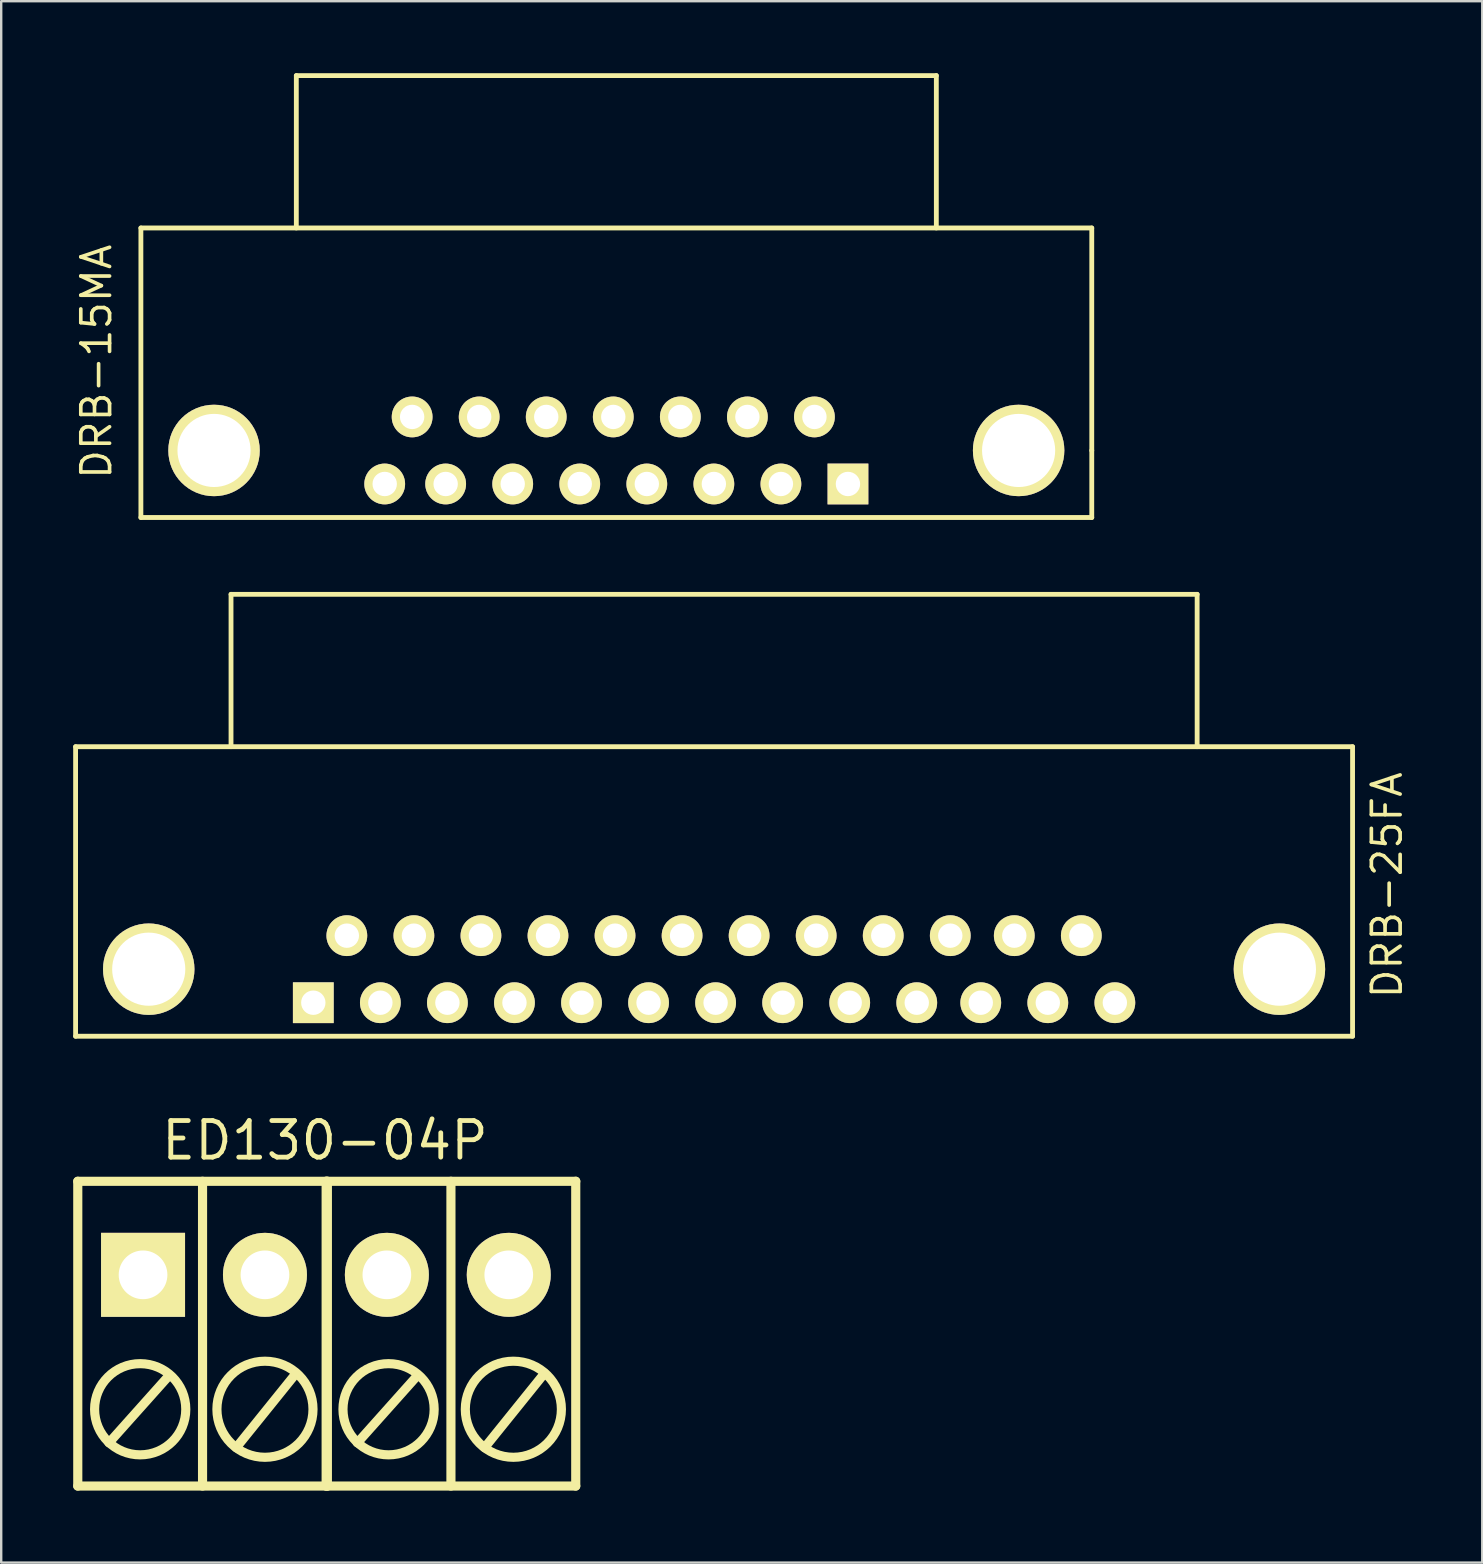
<source format=kicad_pcb>
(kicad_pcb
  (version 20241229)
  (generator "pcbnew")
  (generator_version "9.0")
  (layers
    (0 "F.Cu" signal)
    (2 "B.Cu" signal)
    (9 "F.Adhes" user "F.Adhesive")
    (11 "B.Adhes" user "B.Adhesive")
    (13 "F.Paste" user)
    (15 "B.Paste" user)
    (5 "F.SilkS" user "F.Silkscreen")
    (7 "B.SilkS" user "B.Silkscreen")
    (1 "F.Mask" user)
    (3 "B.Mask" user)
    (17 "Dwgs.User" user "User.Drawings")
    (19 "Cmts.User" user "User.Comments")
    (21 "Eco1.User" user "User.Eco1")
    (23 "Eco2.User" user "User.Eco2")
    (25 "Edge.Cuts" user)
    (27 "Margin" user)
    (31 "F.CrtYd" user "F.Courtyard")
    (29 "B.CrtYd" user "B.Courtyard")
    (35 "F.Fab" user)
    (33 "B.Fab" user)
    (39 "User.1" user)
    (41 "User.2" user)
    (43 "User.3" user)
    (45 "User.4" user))
  (footprint "ED130-04P"
    (layer "F.Cu")
    (at 7.991 50.074)
    (property "Reference" "ED130-04P" (at 2.5 -5.6 0) (layer "F.SilkS") (effects (font (size 1.524 1.524) (thickness 0.2))))
    (attr through_hole)
    (fp_line (start -7.8 -3.899) (end 2.601 -3.899) (stroke (width 0.381) (type solid)) (layer "F.SilkS"))
    (fp_line (start -7.8 8.801) (end -7.8 -3.899) (stroke (width 0.381) (type solid)) (layer "F.SilkS"))
    (fp_line (start -6.5 7) (end -4 4.201) (stroke (width 0.381) (type solid)) (layer "F.SilkS"))
    (fp_line (start -2.601 -3.899) (end -2.601 8.801) (stroke (width 0.381) (type solid)) (layer "F.SilkS"))
    (fp_line (start -1.199 7.201) (end 1.3 4.1) (stroke (width 0.381) (type solid)) (layer "F.SilkS"))
    (fp_line (start 2.55 -3.899) (end 12.951 -3.899) (stroke (width 0.381) (type solid)) (layer "F.SilkS"))
    (fp_line (start 2.55 8.801) (end 2.55 -3.899) (stroke (width 0.381) (type solid)) (layer "F.SilkS"))
    (fp_line (start 2.601 -3.899) (end 2.601 8.801) (stroke (width 0.381) (type solid)) (layer "F.SilkS"))
    (fp_line (start 2.601 8.801) (end -7.8 8.801) (stroke (width 0.381) (type solid)) (layer "F.SilkS"))
    (fp_line (start 3.851 7) (end 6.35 4.201) (stroke (width 0.381) (type solid)) (layer "F.SilkS"))
    (fp_line (start 7.75 -3.899) (end 7.75 8.801) (stroke (width 0.381) (type solid)) (layer "F.SilkS"))
    (fp_line (start 9.152 7.201) (end 11.651 4.1) (stroke (width 0.381) (type solid)) (layer "F.SilkS"))
    (fp_line (start 12.951 -3.899) (end 12.951 8.801) (stroke (width 0.381) (type solid)) (layer "F.SilkS"))
    (fp_line (start 12.951 8.801) (end 2.55 8.801) (stroke (width 0.381) (type solid)) (layer "F.SilkS"))
    (fp_circle (center -5.199 5.601) (end -5.199 3.701) (stroke (width 0.381) (type solid)) (fill no) (layer "F.SilkS"))
    (fp_circle (center 0 5.601) (end 0 3.599) (stroke (width 0.381) (type solid)) (fill no) (layer "F.SilkS"))
    (fp_circle (center 5.151 5.601) (end 5.151 3.701) (stroke (width 0.381) (type solid)) (fill no) (layer "F.SilkS"))
    (fp_circle (center 10.351 5.601) (end 10.351 3.599) (stroke (width 0.381) (type solid)) (fill no) (layer "F.SilkS"))
    (pad "1" thru_hole rect (at -5.08 0) (size 3.5 3.5) (drill 2.029) (layers "*.Cu" "*.Mask" "F.SilkS"))
    (pad "2" thru_hole circle (at 0 0) (size 3.5 3.5) (drill 2.029) (layers "*.Cu" "*.Mask" "F.SilkS"))
    (pad "3" thru_hole circle (at 5.08 0) (size 3.5 3.5) (drill 2.029) (layers "*.Cu" "*.Mask" "F.SilkS"))
    (pad "4" thru_hole circle (at 10.16 0) (size 3.5 3.5) (drill 2.029) (layers "*.Cu" "*.Mask" "F.SilkS")))
  (footprint "DRB-25FA"
    (layer "F.Cu")
    (at 3.148 37.337)
    (property "Reference" "DRB-25FA" (at 51.6 -3.5 90) (layer "F.SilkS") (effects (font (size 1.199 1.199) (thickness 0.152))))
    (attr through_hole)
    (fp_line (start -3.048 -9.271) (end 50.165 -9.271) (stroke (width 0.201) (type solid)) (layer "F.SilkS"))
    (fp_line (start -3.048 2.794) (end -3.048 -9.271) (stroke (width 0.201) (type solid)) (layer "F.SilkS"))
    (fp_line (start -3.048 2.794) (end 50.165 2.794) (stroke (width 0.201) (type solid)) (layer "F.SilkS"))
    (fp_line (start 3.429 -15.621) (end 3.429 -9.271) (stroke (width 0.201) (type solid)) (layer "F.SilkS"))
    (fp_line (start 43.688 -15.621) (end 3.429 -15.621) (stroke (width 0.201) (type solid)) (layer "F.SilkS"))
    (fp_line (start 43.688 -9.271) (end 43.688 -15.621) (stroke (width 0.201) (type solid)) (layer "F.SilkS"))
    (fp_line (start 50.165 2.794) (end 50.165 -9.271) (stroke (width 0.201) (type solid)) (layer "F.SilkS"))
    (pad "" thru_hole circle (at 0 0) (size 3.81 3.81) (drill 3.048) (layers "*.Cu" "*.Mask" "F.SilkS"))
    (pad "" thru_hole circle (at 47.117 0) (size 3.81 3.81) (drill 3.048) (layers "*.Cu" "*.Mask" "F.SilkS"))
    (pad "1" thru_hole rect (at 6.858 1.397) (size 1.699 1.699) (drill 1.016) (layers "*.Cu" "*.Mask" "F.SilkS"))
    (pad "2" thru_hole circle (at 9.652 1.397) (size 1.699 1.699) (drill 1.016) (layers "*.Cu" "*.Mask" "F.SilkS"))
    (pad "3" thru_hole circle (at 12.446 1.397) (size 1.699 1.699) (drill 1.016) (layers "*.Cu" "*.Mask" "F.SilkS"))
    (pad "4" thru_hole circle (at 15.24 1.397) (size 1.699 1.699) (drill 1.016) (layers "*.Cu" "*.Mask" "F.SilkS"))
    (pad "5" thru_hole circle (at 18.034 1.397) (size 1.699 1.699) (drill 1.016) (layers "*.Cu" "*.Mask" "F.SilkS"))
    (pad "6" thru_hole circle (at 20.828 1.397) (size 1.699 1.699) (drill 1.016) (layers "*.Cu" "*.Mask" "F.SilkS"))
    (pad "7" thru_hole circle (at 23.622 1.397) (size 1.699 1.699) (drill 1.016) (layers "*.Cu" "*.Mask" "F.SilkS"))
    (pad "8" thru_hole circle (at 26.416 1.397) (size 1.699 1.699) (drill 1.016) (layers "*.Cu" "*.Mask" "F.SilkS"))
    (pad "9" thru_hole circle (at 29.21 1.397) (size 1.699 1.699) (drill 1.016) (layers "*.Cu" "*.Mask" "F.SilkS"))
    (pad "10" thru_hole circle (at 32.004 1.397) (size 1.699 1.699) (drill 1.016) (layers "*.Cu" "*.Mask" "F.SilkS"))
    (pad "11" thru_hole circle (at 34.671 1.397) (size 1.699 1.699) (drill 1.016) (layers "*.Cu" "*.Mask" "F.SilkS"))
    (pad "12" thru_hole circle (at 37.465 1.397) (size 1.699 1.699) (drill 1.016) (layers "*.Cu" "*.Mask" "F.SilkS"))
    (pad "13" thru_hole circle (at 40.259 1.397) (size 1.699 1.699) (drill 1.016) (layers "*.Cu" "*.Mask" "F.SilkS"))
    (pad "14" thru_hole circle (at 8.255 -1.397) (size 1.699 1.699) (drill 1.016) (layers "*.Cu" "*.Mask" "F.SilkS"))
    (pad "15" thru_hole circle (at 11.049 -1.397) (size 1.699 1.699) (drill 1.016) (layers "*.Cu" "*.Mask" "F.SilkS"))
    (pad "16" thru_hole circle (at 13.843 -1.397) (size 1.699 1.699) (drill 1.016) (layers "*.Cu" "*.Mask" "F.SilkS"))
    (pad "17" thru_hole circle (at 16.637 -1.397) (size 1.699 1.699) (drill 1.016) (layers "*.Cu" "*.Mask" "F.SilkS"))
    (pad "18" thru_hole circle (at 19.431 -1.397) (size 1.699 1.699) (drill 1.016) (layers "*.Cu" "*.Mask" "F.SilkS"))
    (pad "19" thru_hole circle (at 22.225 -1.397) (size 1.699 1.699) (drill 1.016) (layers "*.Cu" "*.Mask" "F.SilkS"))
    (pad "20" thru_hole circle (at 25.019 -1.397) (size 1.699 1.699) (drill 1.016) (layers "*.Cu" "*.Mask" "F.SilkS"))
    (pad "21" thru_hole circle (at 27.813 -1.397) (size 1.699 1.699) (drill 1.016) (layers "*.Cu" "*.Mask" "F.SilkS"))
    (pad "22" thru_hole circle (at 30.607 -1.397) (size 1.699 1.699) (drill 1.016) (layers "*.Cu" "*.Mask" "F.SilkS"))
    (pad "23" thru_hole circle (at 33.401 -1.397) (size 1.699 1.699) (drill 1.016) (layers "*.Cu" "*.Mask" "F.SilkS"))
    (pad "24" thru_hole circle (at 36.068 -1.397) (size 1.699 1.699) (drill 1.016) (layers "*.Cu" "*.Mask" "F.SilkS"))
    (pad "25" thru_hole circle (at 38.862 -1.397) (size 1.699 1.699) (drill 1.016) (layers "*.Cu" "*.Mask" "F.SilkS")))
  (footprint "DRB-15MA"
    (layer "F.Cu")
    (at 5.869 15.721)
    (property "Reference" "DRB-15MA" (at -4.9 -3.7 270) (layer "F.SilkS") (effects (font (size 1.199 1.199) (thickness 0.152))))
    (attr through_hole)
    (fp_line (start -3.048 -9.271) (end 36.576 -9.271) (stroke (width 0.201) (type solid)) (layer "F.SilkS"))
    (fp_line (start -3.048 2.794) (end -3.048 -9.271) (stroke (width 0.201) (type solid)) (layer "F.SilkS"))
    (fp_line (start -3.048 2.794) (end 36.576 2.794) (stroke (width 0.201) (type solid)) (layer "F.SilkS"))
    (fp_line (start 3.429 -15.621) (end 3.429 -9.271) (stroke (width 0.201) (type solid)) (layer "F.SilkS"))
    (fp_line (start 3.429 -15.621) (end 30.099 -15.621) (stroke (width 0.201) (type solid)) (layer "F.SilkS"))
    (fp_line (start 30.099 -9.271) (end 30.099 -15.621) (stroke (width 0.201) (type solid)) (layer "F.SilkS"))
    (fp_line (start 36.576 0) (end 36.576 -9.271) (stroke (width 0.201) (type solid)) (layer "F.SilkS"))
    (fp_line (start 36.576 0) (end 36.576 2.794) (stroke (width 0.201) (type solid)) (layer "F.SilkS"))
    (pad "" thru_hole circle (at 0 0) (size 3.81 3.81) (drill 3.048) (layers "*.Cu" "*.Mask" "F.SilkS"))
    (pad "" thru_hole circle (at 33.528 0) (size 3.81 3.81) (drill 3.048) (layers "*.Cu" "*.Mask" "F.SilkS"))
    (pad "1" thru_hole rect (at 26.416 1.397) (size 1.699 1.699) (drill 1.016) (layers "*.Cu" "*.Mask" "F.SilkS"))
    (pad "2" thru_hole circle (at 23.622 1.397) (size 1.699 1.699) (drill 1.016) (layers "*.Cu" "*.Mask" "F.SilkS"))
    (pad "3" thru_hole circle (at 20.828 1.397) (size 1.699 1.699) (drill 1.016) (layers "*.Cu" "*.Mask" "F.SilkS"))
    (pad "4" thru_hole circle (at 18.034 1.397) (size 1.699 1.699) (drill 1.016) (layers "*.Cu" "*.Mask" "F.SilkS"))
    (pad "5" thru_hole circle (at 15.24 1.397) (size 1.699 1.699) (drill 1.016) (layers "*.Cu" "*.Mask" "F.SilkS"))
    (pad "6" thru_hole circle (at 12.446 1.397) (size 1.699 1.699) (drill 1.016) (layers "*.Cu" "*.Mask" "F.SilkS"))
    (pad "7" thru_hole circle (at 9.652 1.397) (size 1.699 1.699) (drill 1.016) (layers "*.Cu" "*.Mask" "F.SilkS"))
    (pad "8" thru_hole circle (at 7.112 1.397) (size 1.699 1.699) (drill 1.016) (layers "*.Cu" "*.Mask" "F.SilkS"))
    (pad "9" thru_hole circle (at 25.019 -1.397) (size 1.699 1.699) (drill 1.016) (layers "*.Cu" "*.Mask" "F.SilkS"))
    (pad "10" thru_hole circle (at 22.225 -1.397) (size 1.699 1.699) (drill 1.016) (layers "*.Cu" "*.Mask" "F.SilkS"))
    (pad "11" thru_hole circle (at 19.431 -1.397) (size 1.699 1.699) (drill 1.016) (layers "*.Cu" "*.Mask" "F.SilkS"))
    (pad "12" thru_hole circle (at 16.637 -1.397) (size 1.699 1.699) (drill 1.016) (layers "*.Cu" "*.Mask" "F.SilkS"))
    (pad "13" thru_hole circle (at 13.843 -1.397) (size 1.699 1.699) (drill 1.016) (layers "*.Cu" "*.Mask" "F.SilkS"))
    (pad "14" thru_hole circle (at 11.049 -1.397) (size 1.699 1.699) (drill 1.016) (layers "*.Cu" "*.Mask" "F.SilkS"))
    (pad "15" thru_hole circle (at 8.255 -1.397) (size 1.699 1.699) (drill 1.016) (layers "*.Cu" "*.Mask" "F.SilkS")))
  (gr_rect
    (start -3 -3)
    (end 58.717 62.065)
    (stroke (width 0.1) (type default))
    (fill no)
    (layer "Edge.Cuts")))
</source>
